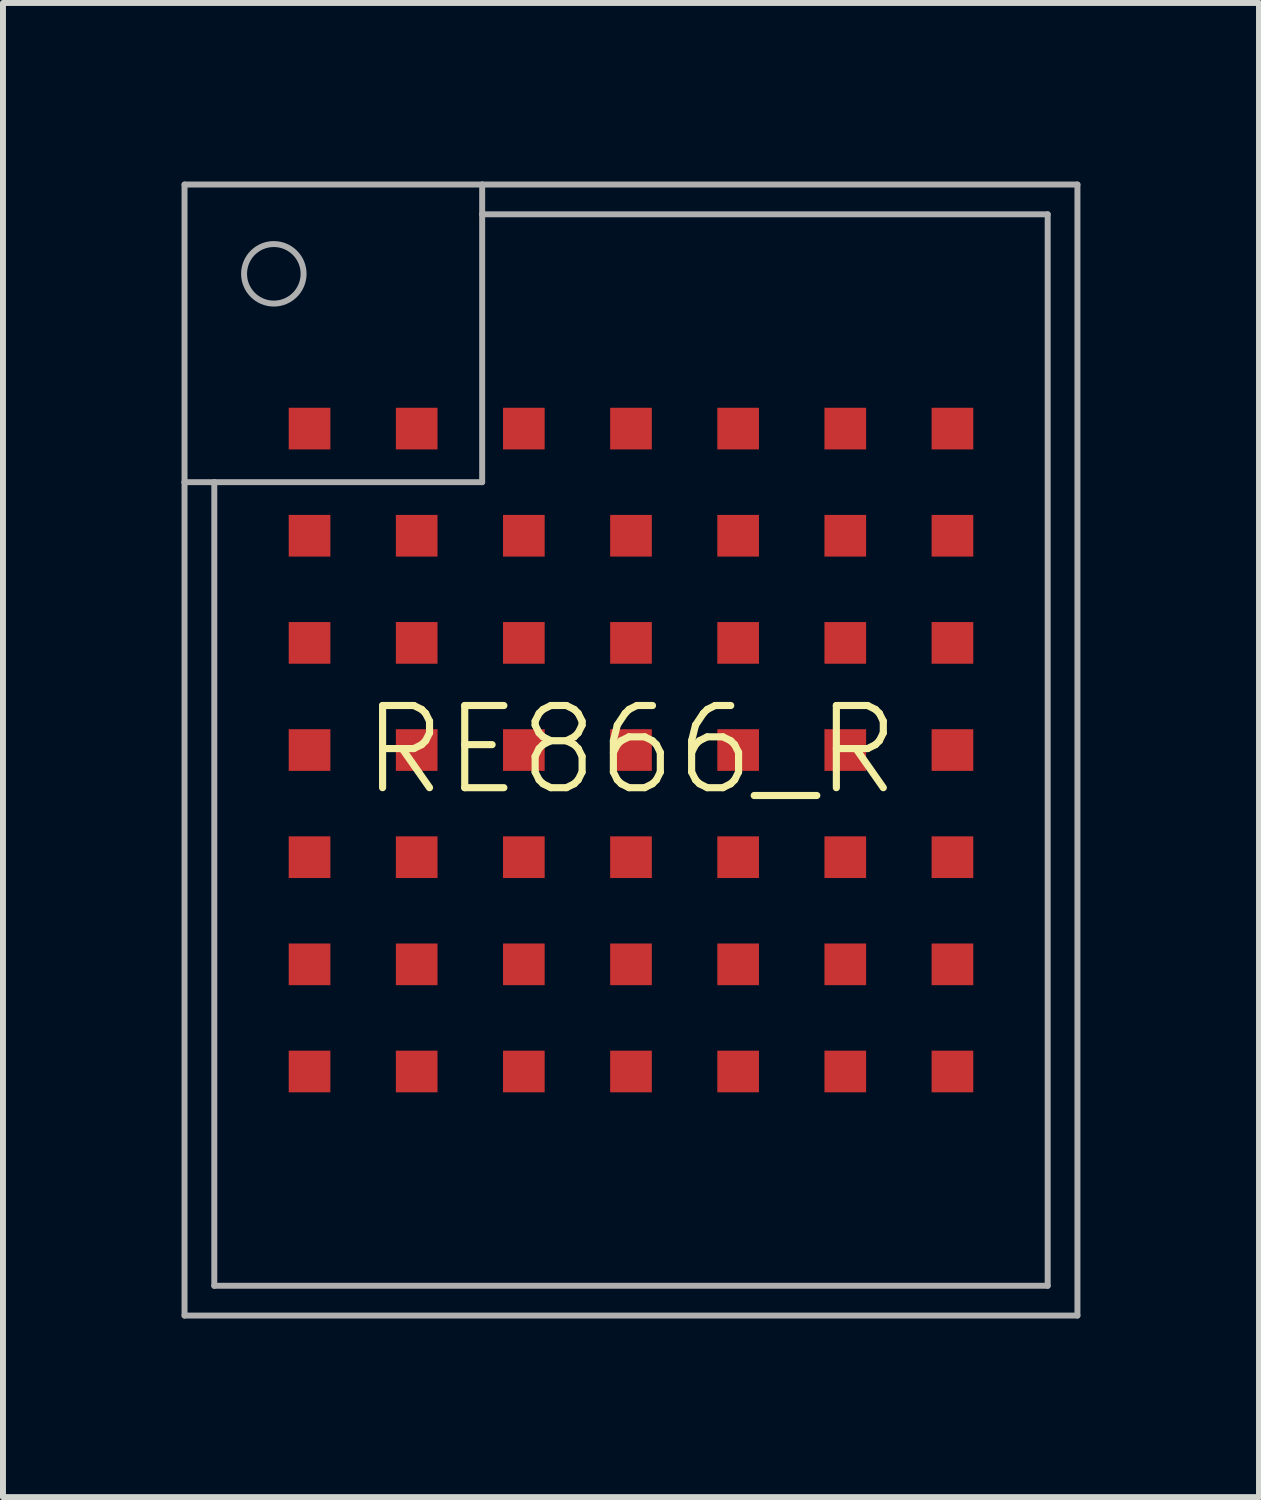
<source format=kicad_pcb>
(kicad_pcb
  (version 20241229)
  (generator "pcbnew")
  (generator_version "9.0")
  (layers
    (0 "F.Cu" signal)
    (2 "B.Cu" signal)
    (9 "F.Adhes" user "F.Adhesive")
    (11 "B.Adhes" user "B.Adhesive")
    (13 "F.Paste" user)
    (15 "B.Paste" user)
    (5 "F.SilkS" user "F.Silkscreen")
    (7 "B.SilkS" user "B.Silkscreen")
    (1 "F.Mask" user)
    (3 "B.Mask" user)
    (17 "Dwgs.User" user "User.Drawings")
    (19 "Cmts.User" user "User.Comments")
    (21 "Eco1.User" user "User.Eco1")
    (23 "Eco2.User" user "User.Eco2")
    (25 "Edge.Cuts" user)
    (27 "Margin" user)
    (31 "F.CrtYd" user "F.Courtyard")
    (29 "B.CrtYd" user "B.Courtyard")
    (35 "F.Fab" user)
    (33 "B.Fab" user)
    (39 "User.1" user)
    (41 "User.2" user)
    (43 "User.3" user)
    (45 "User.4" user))
  (footprint "RE866_R"
    (layer "F.Cu")
    (at 7.55 9.55)
    (property "Reference" "RE866_R" (at 0 0 0) (unlocked yes) (layer "F.SilkS") (effects (font (size 1.38 1.38) (thickness 0.12))))
    (fp_line (start -7.5 -9.5) (end -7.5 -4.5) (stroke (width 0.1) (type solid)) (layer "F.Fab"))
    (fp_line (start -7.5 -4.5) (end -7.5 9.5) (stroke (width 0.1) (type solid)) (layer "F.Fab"))
    (fp_line (start -7.5 -4.5) (end -7 -4.5) (stroke (width 0.1) (type solid)) (layer "F.Fab"))
    (fp_line (start -7.5 9.5) (end 7.5 9.5) (stroke (width 0.1) (type solid)) (layer "F.Fab"))
    (fp_line (start -7 -4.5) (end -2.5 -4.5) (stroke (width 0.1) (type solid)) (layer "F.Fab"))
    (fp_line (start -7 9) (end -7 -4.5) (stroke (width 0.1) (type solid)) (layer "F.Fab"))
    (fp_line (start -2.5 -9.5) (end -7.5 -9.5) (stroke (width 0.1) (type solid)) (layer "F.Fab"))
    (fp_line (start -2.5 -9) (end -2.5 -9.5) (stroke (width 0.1) (type solid)) (layer "F.Fab"))
    (fp_line (start -2.5 -9) (end 7 -9) (stroke (width 0.1) (type solid)) (layer "F.Fab"))
    (fp_line (start -2.5 -4.5) (end -2.5 -9) (stroke (width 0.1) (type solid)) (layer "F.Fab"))
    (fp_line (start 7 -9) (end 7 9) (stroke (width 0.1) (type solid)) (layer "F.Fab"))
    (fp_line (start 7 9) (end -7 9) (stroke (width 0.1) (type solid)) (layer "F.Fab"))
    (fp_line (start 7.5 -9.5) (end -2.5 -9.5) (stroke (width 0.1) (type solid)) (layer "F.Fab"))
    (fp_line (start 7.5 9.5) (end 7.5 -9.5) (stroke (width 0.1) (type solid)) (layer "F.Fab"))
    (fp_circle (center -6 -8) (end -5.5 -8) (stroke (width 0.1) (type solid)) (fill no) (layer "F.Fab"))
    (pad "A1" smd rect (at -5.4 -5.4) (size 0.7 0.7) (layers "F.Cu" "F.Mask" "F.Paste"))
    (pad "A2" smd rect (at -5.4 -3.6) (size 0.7 0.7) (layers "F.Cu" "F.Mask" "F.Paste"))
    (pad "A3" smd rect (at -5.4 -1.8) (size 0.7 0.7) (layers "F.Cu" "F.Mask" "F.Paste"))
    (pad "A4" smd rect (at -5.4 0) (size 0.7 0.7) (layers "F.Cu" "F.Mask" "F.Paste"))
    (pad "A5" smd rect (at -5.4 1.8) (size 0.7 0.7) (layers "F.Cu" "F.Mask" "F.Paste"))
    (pad "A6" smd rect (at -5.4 3.6) (size 0.7 0.7) (layers "F.Cu" "F.Mask" "F.Paste"))
    (pad "A7" smd rect (at -5.4 5.4) (size 0.7 0.7) (layers "F.Cu" "F.Mask" "F.Paste"))
    (pad "B1" smd rect (at -3.6 -5.4) (size 0.7 0.7) (layers "F.Cu" "F.Mask" "F.Paste"))
    (pad "B2" smd rect (at -3.6 -3.6) (size 0.7 0.7) (layers "F.Cu" "F.Mask" "F.Paste"))
    (pad "B3" smd rect (at -3.6 -1.8) (size 0.7 0.7) (layers "F.Cu" "F.Mask" "F.Paste"))
    (pad "B4" smd rect (at -3.6 0) (size 0.7 0.7) (layers "F.Cu" "F.Mask" "F.Paste"))
    (pad "B5" smd rect (at -3.6 1.8) (size 0.7 0.7) (layers "F.Cu" "F.Mask" "F.Paste"))
    (pad "B6" smd rect (at -3.6 3.6) (size 0.7 0.7) (layers "F.Cu" "F.Mask" "F.Paste"))
    (pad "B7" smd rect (at -3.6 5.4) (size 0.7 0.7) (layers "F.Cu" "F.Mask" "F.Paste"))
    (pad "C1" smd rect (at -1.8 -5.4) (size 0.7 0.7) (layers "F.Cu" "F.Mask" "F.Paste"))
    (pad "C2" smd rect (at -1.8 -3.6) (size 0.7 0.7) (layers "F.Cu" "F.Mask" "F.Paste"))
    (pad "C3" smd rect (at -1.8 -1.8) (size 0.7 0.7) (layers "F.Cu" "F.Mask" "F.Paste"))
    (pad "C4" smd rect (at -1.8 0) (size 0.7 0.7) (layers "F.Cu" "F.Mask" "F.Paste"))
    (pad "C5" smd rect (at -1.8 1.8) (size 0.7 0.7) (layers "F.Cu" "F.Mask" "F.Paste"))
    (pad "C6" smd rect (at -1.8 3.6) (size 0.7 0.7) (layers "F.Cu" "F.Mask" "F.Paste"))
    (pad "C7" smd rect (at -1.8 5.4) (size 0.7 0.7) (layers "F.Cu" "F.Mask" "F.Paste"))
    (pad "D1" smd rect (at 0 -5.4) (size 0.7 0.7) (layers "F.Cu" "F.Mask" "F.Paste"))
    (pad "D2" smd rect (at 0 -3.6) (size 0.7 0.7) (layers "F.Cu" "F.Mask" "F.Paste"))
    (pad "D3" smd rect (at 0 -1.8) (size 0.7 0.7) (layers "F.Cu" "F.Mask" "F.Paste"))
    (pad "D4" smd rect (at 0 0) (size 0.7 0.7) (layers "F.Cu" "F.Mask" "F.Paste"))
    (pad "D5" smd rect (at 0 1.8) (size 0.7 0.7) (layers "F.Cu" "F.Mask" "F.Paste"))
    (pad "D6" smd rect (at 0 3.6) (size 0.7 0.7) (layers "F.Cu" "F.Mask" "F.Paste"))
    (pad "D7" smd rect (at 0 5.4) (size 0.7 0.7) (layers "F.Cu" "F.Mask" "F.Paste"))
    (pad "E1" smd rect (at 1.8 -5.4) (size 0.7 0.7) (layers "F.Cu" "F.Mask" "F.Paste"))
    (pad "E2" smd rect (at 1.8 -3.6) (size 0.7 0.7) (layers "F.Cu" "F.Mask" "F.Paste"))
    (pad "E3" smd rect (at 1.8 -1.8) (size 0.7 0.7) (layers "F.Cu" "F.Mask" "F.Paste"))
    (pad "E4" smd rect (at 1.8 0) (size 0.7 0.7) (layers "F.Cu" "F.Mask" "F.Paste"))
    (pad "E5" smd rect (at 1.8 1.8) (size 0.7 0.7) (layers "F.Cu" "F.Mask" "F.Paste"))
    (pad "E6" smd rect (at 1.8 3.6) (size 0.7 0.7) (layers "F.Cu" "F.Mask" "F.Paste"))
    (pad "E7" smd rect (at 1.8 5.4) (size 0.7 0.7) (layers "F.Cu" "F.Mask" "F.Paste"))
    (pad "F1" smd rect (at 3.6 -5.4) (size 0.7 0.7) (layers "F.Cu" "F.Mask" "F.Paste"))
    (pad "F2" smd rect (at 3.6 -3.6) (size 0.7 0.7) (layers "F.Cu" "F.Mask" "F.Paste"))
    (pad "F3" smd rect (at 3.6 -1.8) (size 0.7 0.7) (layers "F.Cu" "F.Mask" "F.Paste"))
    (pad "F4" smd rect (at 3.6 0) (size 0.7 0.7) (layers "F.Cu" "F.Mask" "F.Paste"))
    (pad "F5" smd rect (at 3.6 1.8) (size 0.7 0.7) (layers "F.Cu" "F.Mask" "F.Paste"))
    (pad "F6" smd rect (at 3.6 3.6) (size 0.7 0.7) (layers "F.Cu" "F.Mask" "F.Paste"))
    (pad "F7" smd rect (at 3.6 5.4) (size 0.7 0.7) (layers "F.Cu" "F.Mask" "F.Paste"))
    (pad "G1" smd rect (at 5.4 -5.4) (size 0.7 0.7) (layers "F.Cu" "F.Mask" "F.Paste"))
    (pad "G2" smd rect (at 5.4 -3.6) (size 0.7 0.7) (layers "F.Cu" "F.Mask" "F.Paste"))
    (pad "G3" smd rect (at 5.4 -1.8) (size 0.7 0.7) (layers "F.Cu" "F.Mask" "F.Paste"))
    (pad "G4" smd rect (at 5.4 0) (size 0.7 0.7) (layers "F.Cu" "F.Mask" "F.Paste"))
    (pad "G5" smd rect (at 5.4 1.8) (size 0.7 0.7) (layers "F.Cu" "F.Mask" "F.Paste"))
    (pad "G6" smd rect (at 5.4 3.6) (size 0.7 0.7) (layers "F.Cu" "F.Mask" "F.Paste"))
    (pad "G7" smd rect (at 5.4 5.4) (size 0.7 0.7) (layers "F.Cu" "F.Mask" "F.Paste"))
    (zone (net_name "") (layer "F.Cu") (hatch edge 0.5) (connect_pads) (min_thickness 0.25) (filled_areas_thickness no) (keepout (tracks not_allowed) (vias not_allowed) (pads not_allowed) (copperpour not_allowed) (footprints allowed)) (placement (enabled no)) (fill) (polygon (pts (xy 14.55 5.95) (xy 14.53 5.7) (xy 14.472 5.456) (xy 14.376 5.224) (xy 14.244 5.01) (xy 14.081 4.819) (xy 13.89 4.656) (xy 13.676 4.524) (xy 13.444 4.428) (xy 13.2 4.37) (xy 12.95 4.35) (xy 12.7 4.37) (xy 12.456 4.428) (xy 12.224 4.524) (xy 12.01 4.656) (xy 11.819 4.819) (xy 11.656 5.01) (xy 11.524 5.224) (xy 11.428 5.456) (xy 11.37 5.7) (xy 11.35 5.95) (xy 11.37 6.2) (xy 11.428 6.444) (xy 11.524 6.676) (xy 11.656 6.89) (xy 11.819 7.081) (xy 12.01 7.244) (xy 12.224 7.376) (xy 12.456 7.472) (xy 12.7 7.53) (xy 12.95 7.55) (xy 13.2 7.53) (xy 13.444 7.472) (xy 13.676 7.376) (xy 13.89 7.244) (xy 14.081 7.081) (xy 14.244 6.89) (xy 14.376 6.676) (xy 14.472 6.444) (xy 14.53 6.2)))))
  (gr_rect
    (start -3 -3)
    (end 18.1 22.1)
    (stroke (width 0.1) (type default))
    (fill no)
    (layer "Edge.Cuts")))
</source>
